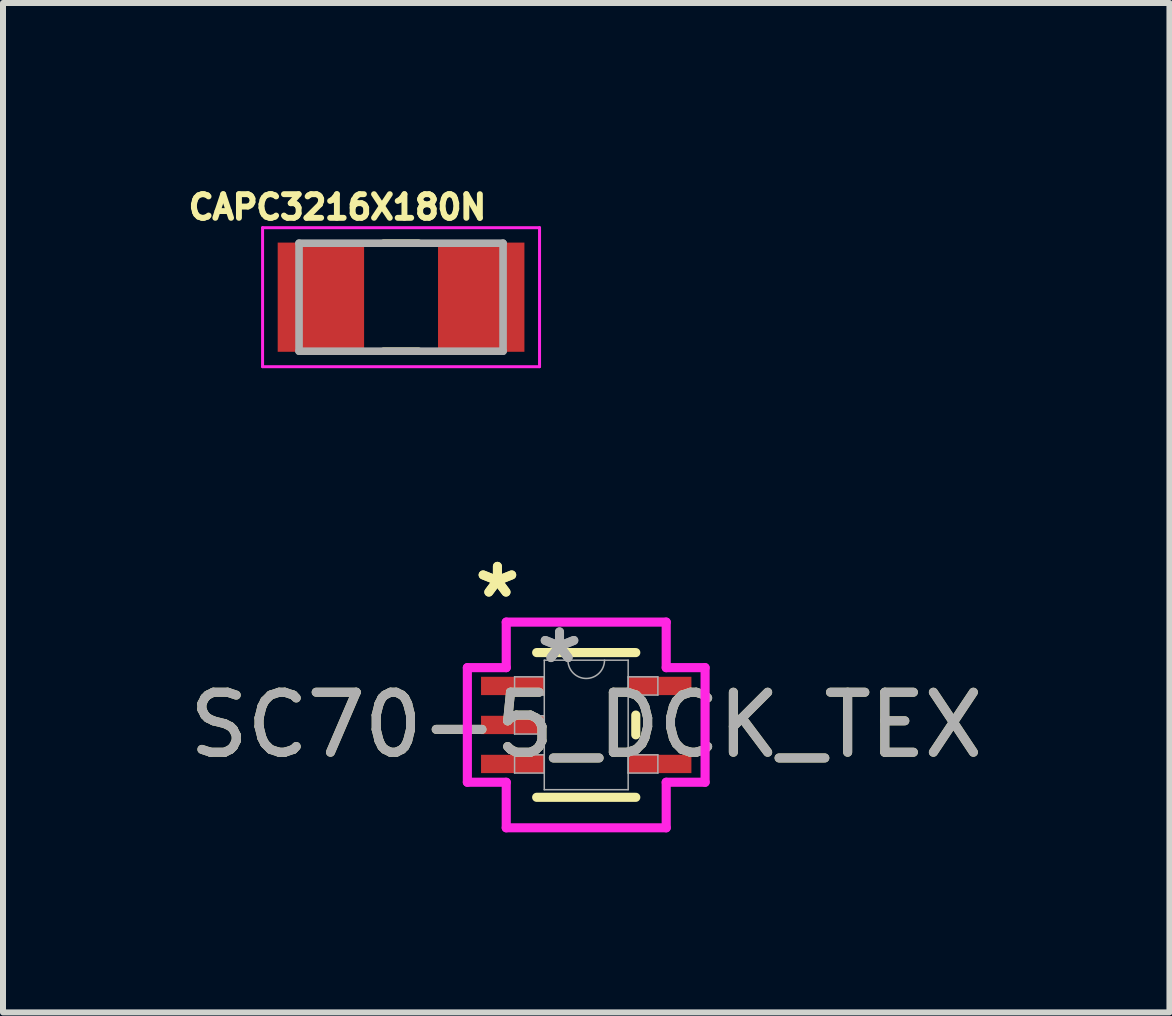
<source format=kicad_pcb>
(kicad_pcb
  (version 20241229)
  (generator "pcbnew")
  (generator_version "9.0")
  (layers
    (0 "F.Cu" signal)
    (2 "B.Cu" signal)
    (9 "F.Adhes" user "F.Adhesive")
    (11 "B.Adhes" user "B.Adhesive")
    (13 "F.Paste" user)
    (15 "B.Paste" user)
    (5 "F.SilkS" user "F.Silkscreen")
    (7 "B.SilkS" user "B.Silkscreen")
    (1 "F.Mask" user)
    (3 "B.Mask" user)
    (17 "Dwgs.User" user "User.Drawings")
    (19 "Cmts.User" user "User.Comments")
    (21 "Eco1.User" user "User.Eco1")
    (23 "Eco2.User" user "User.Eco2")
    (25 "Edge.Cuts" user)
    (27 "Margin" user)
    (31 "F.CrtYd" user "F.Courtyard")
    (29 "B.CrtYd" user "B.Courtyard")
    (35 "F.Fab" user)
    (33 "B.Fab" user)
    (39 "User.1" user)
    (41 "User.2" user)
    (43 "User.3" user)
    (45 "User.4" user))
  (footprint "CAPC3216X180N"
    (layer "F.Cu")
    (at 3.634 1.903)
    (property "Reference" "CAPC3216X180N" (at -1.06 -1.5 0) (layer "F.SilkS") (effects (font (size 0.394 0.394) (thickness 0.15))))
    (attr smd)
    (fp_line (start -0.29 -0.9) (end 0.29 -0.9) (stroke (width 0.127) (type solid)) (layer "F.SilkS"))
    (fp_line (start -0.29 0.9) (end 0.29 0.9) (stroke (width 0.127) (type solid)) (layer "F.SilkS"))
    (fp_line (start -2.308 -1.158) (end 2.308 -1.158) (stroke (width 0.05) (type solid)) (layer "F.CrtYd"))
    (fp_line (start -2.308 1.158) (end -2.308 -1.158) (stroke (width 0.05) (type solid)) (layer "F.CrtYd"))
    (fp_line (start -2.308 1.158) (end 2.308 1.158) (stroke (width 0.05) (type solid)) (layer "F.CrtYd"))
    (fp_line (start 2.308 1.158) (end 2.308 -1.158) (stroke (width 0.05) (type solid)) (layer "F.CrtYd"))
    (fp_line (start -1.7 0.9) (end -1.7 -0.9) (stroke (width 0.127) (type solid)) (layer "F.Fab"))
    (fp_line (start 1.7 -0.9) (end -1.7 -0.9) (stroke (width 0.127) (type solid)) (layer "F.Fab"))
    (fp_line (start 1.7 0.9) (end -1.7 0.9) (stroke (width 0.127) (type solid)) (layer "F.Fab"))
    (fp_line (start 1.7 0.9) (end 1.7 -0.9) (stroke (width 0.127) (type solid)) (layer "F.Fab"))
    (pad "1" smd rect (at -1.336 0) (size 1.44 1.82) (layers "F.Cu" "F.Mask" "F.Paste"))
    (pad "2" smd rect (at 1.336 0) (size 1.44 1.82) (layers "F.Cu" "F.Mask" "F.Paste")))
  (footprint "SC70-5_DCK_TEX"
    (layer "F.Cu")
    (at 6.72 9.032)
    (property "Reference" "SC70-5_DCK_TEX" (at 0 0 0) (unlocked yes) (layer "F.SilkS") (effects (font (size 1 1) (thickness 0.15))))
    (attr smd)
    (fp_line (start -0.826 1.206) (end 0.826 1.206) (stroke (width 0.152) (type solid)) (layer "F.SilkS"))
    (fp_line (start 0.826 -1.206) (end -0.826 -1.206) (stroke (width 0.152) (type solid)) (layer "F.SilkS"))
    (fp_line (start 0.826 0.165) (end 0.826 -0.165) (stroke (width 0.152) (type solid)) (layer "F.SilkS"))
    (fp_line (start -1.981 -0.955) (end -1.333 -0.955) (stroke (width 0.152) (type solid)) (layer "F.CrtYd"))
    (fp_line (start -1.981 0.955) (end -1.981 -0.955) (stroke (width 0.152) (type solid)) (layer "F.CrtYd"))
    (fp_line (start -1.333 -1.714) (end 1.333 -1.714) (stroke (width 0.152) (type solid)) (layer "F.CrtYd"))
    (fp_line (start -1.333 -0.955) (end -1.333 -1.714) (stroke (width 0.152) (type solid)) (layer "F.CrtYd"))
    (fp_line (start -1.333 0.955) (end -1.981 0.955) (stroke (width 0.152) (type solid)) (layer "F.CrtYd"))
    (fp_line (start -1.333 1.714) (end -1.333 0.955) (stroke (width 0.152) (type solid)) (layer "F.CrtYd"))
    (fp_line (start 1.333 -1.714) (end 1.333 -0.955) (stroke (width 0.152) (type solid)) (layer "F.CrtYd"))
    (fp_line (start 1.333 -0.955) (end 1.981 -0.955) (stroke (width 0.152) (type solid)) (layer "F.CrtYd"))
    (fp_line (start 1.333 0.955) (end 1.333 1.714) (stroke (width 0.152) (type solid)) (layer "F.CrtYd"))
    (fp_line (start 1.333 1.714) (end -1.333 1.714) (stroke (width 0.152) (type solid)) (layer "F.CrtYd"))
    (fp_line (start 1.981 -0.955) (end 1.981 0.955) (stroke (width 0.152) (type solid)) (layer "F.CrtYd"))
    (fp_line (start 1.981 0.955) (end 1.333 0.955) (stroke (width 0.152) (type solid)) (layer "F.CrtYd"))
    (fp_line (start -1.194 -0.802) (end -1.194 -0.498) (stroke (width 0.025) (type solid)) (layer "F.Fab"))
    (fp_line (start -1.194 -0.498) (end -0.699 -0.498) (stroke (width 0.025) (type solid)) (layer "F.Fab"))
    (fp_line (start -1.194 -0.152) (end -1.194 0.152) (stroke (width 0.025) (type solid)) (layer "F.Fab"))
    (fp_line (start -1.194 0.152) (end -0.699 0.152) (stroke (width 0.025) (type solid)) (layer "F.Fab"))
    (fp_line (start -1.194 0.498) (end -1.194 0.802) (stroke (width 0.025) (type solid)) (layer "F.Fab"))
    (fp_line (start -1.194 0.802) (end -0.699 0.802) (stroke (width 0.025) (type solid)) (layer "F.Fab"))
    (fp_line (start -0.699 -1.079) (end -0.699 1.079) (stroke (width 0.025) (type solid)) (layer "F.Fab"))
    (fp_line (start -0.699 -0.802) (end -1.194 -0.802) (stroke (width 0.025) (type solid)) (layer "F.Fab"))
    (fp_line (start -0.699 -0.498) (end -0.699 -0.802) (stroke (width 0.025) (type solid)) (layer "F.Fab"))
    (fp_line (start -0.699 -0.152) (end -1.194 -0.152) (stroke (width 0.025) (type solid)) (layer "F.Fab"))
    (fp_line (start -0.699 0.152) (end -0.699 -0.152) (stroke (width 0.025) (type solid)) (layer "F.Fab"))
    (fp_line (start -0.699 0.498) (end -1.194 0.498) (stroke (width 0.025) (type solid)) (layer "F.Fab"))
    (fp_line (start -0.699 0.802) (end -0.699 0.498) (stroke (width 0.025) (type solid)) (layer "F.Fab"))
    (fp_line (start -0.699 1.079) (end 0.699 1.079) (stroke (width 0.025) (type solid)) (layer "F.Fab"))
    (fp_line (start 0.699 -1.079) (end -0.699 -1.079) (stroke (width 0.025) (type solid)) (layer "F.Fab"))
    (fp_line (start 0.699 -0.802) (end 0.699 -0.498) (stroke (width 0.025) (type solid)) (layer "F.Fab"))
    (fp_line (start 0.699 -0.498) (end 1.194 -0.498) (stroke (width 0.025) (type solid)) (layer "F.Fab"))
    (fp_line (start 0.699 0.498) (end 0.699 0.802) (stroke (width 0.025) (type solid)) (layer "F.Fab"))
    (fp_line (start 0.699 0.802) (end 1.194 0.802) (stroke (width 0.025) (type solid)) (layer "F.Fab"))
    (fp_line (start 0.699 1.079) (end 0.699 -1.079) (stroke (width 0.025) (type solid)) (layer "F.Fab"))
    (fp_line (start 1.194 -0.802) (end 0.699 -0.802) (stroke (width 0.025) (type solid)) (layer "F.Fab"))
    (fp_line (start 1.194 -0.498) (end 1.194 -0.802) (stroke (width 0.025) (type solid)) (layer "F.Fab"))
    (fp_line (start 1.194 0.498) (end 0.699 0.498) (stroke (width 0.025) (type solid)) (layer "F.Fab"))
    (fp_line (start 1.194 0.802) (end 1.194 0.498) (stroke (width 0.025) (type solid)) (layer "F.Fab"))
    (fp_arc (start 0.3048 -1.0795) (mid 0 -0.7747) (end -0.3048 -1.0795) (stroke (width 0.0254) (type solid)) (layer "F.Fab"))
    (fp_text user "*" (at -1.48 -2.098 0) (layer "F.SilkS") (effects (font (size 1 1) (thickness 0.15))))
    (fp_text user "*" (at -1.48 -2.098 0) (unlocked yes) (layer "F.SilkS") (effects (font (size 1 1) (thickness 0.15))))
    (fp_text user "*" (at -0.445 -1.006 0) (layer "F.Fab") (effects (font (size 1 1) (thickness 0.15))))
    (fp_text user "*" (at -0.445 -1.006 0) (unlocked yes) (layer "F.Fab") (effects (font (size 1 1) (thickness 0.15))))
    (fp_text user "${REFERENCE}" (at 0 0 0) (unlocked yes) (layer "F.Fab") (effects (font (size 1 1) (thickness 0.15))))
    (pad "1" smd rect (at -1.226 -0.65) (size 1.054 0.305) (layers "F.Cu" "F.Mask" "F.Paste"))
    (pad "2" smd rect (at -1.226 0) (size 1.054 0.305) (layers "F.Cu" "F.Mask" "F.Paste"))
    (pad "3" smd rect (at -1.226 0.65) (size 1.054 0.305) (layers "F.Cu" "F.Mask" "F.Paste"))
    (pad "4" smd rect (at 1.226 0.65) (size 1.054 0.305) (layers "F.Cu" "F.Mask" "F.Paste"))
    (pad "5" smd rect (at 1.226 -0.65) (size 1.054 0.305) (layers "F.Cu" "F.Mask" "F.Paste")))
  (gr_rect
    (start -3 -3)
    (end 16.44 13.823)
    (stroke (width 0.1) (type default))
    (fill no)
    (layer "Edge.Cuts")))
</source>
